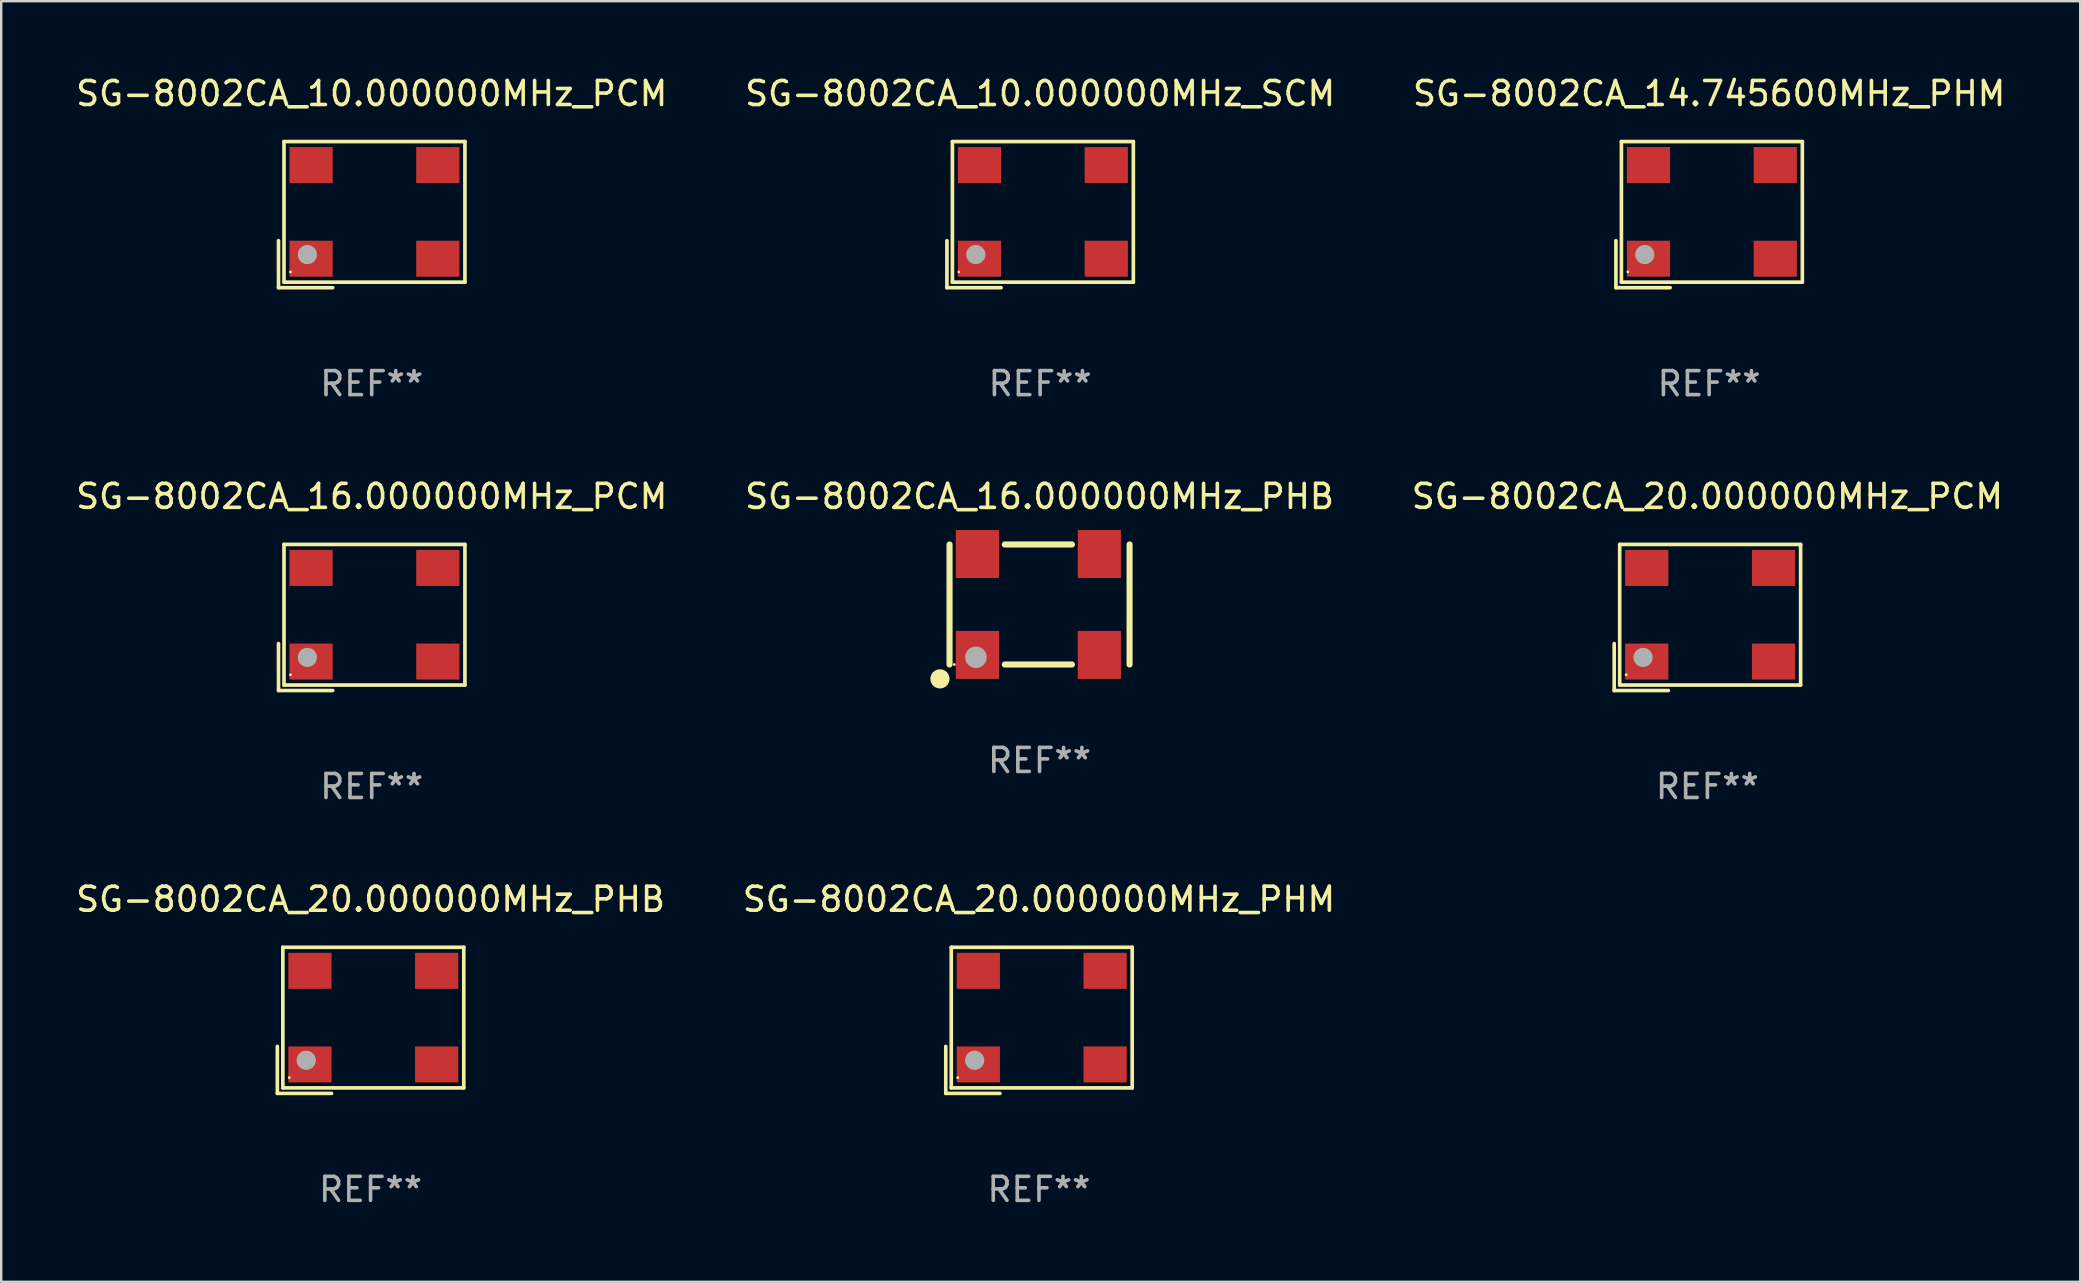
<source format=kicad_pcb>
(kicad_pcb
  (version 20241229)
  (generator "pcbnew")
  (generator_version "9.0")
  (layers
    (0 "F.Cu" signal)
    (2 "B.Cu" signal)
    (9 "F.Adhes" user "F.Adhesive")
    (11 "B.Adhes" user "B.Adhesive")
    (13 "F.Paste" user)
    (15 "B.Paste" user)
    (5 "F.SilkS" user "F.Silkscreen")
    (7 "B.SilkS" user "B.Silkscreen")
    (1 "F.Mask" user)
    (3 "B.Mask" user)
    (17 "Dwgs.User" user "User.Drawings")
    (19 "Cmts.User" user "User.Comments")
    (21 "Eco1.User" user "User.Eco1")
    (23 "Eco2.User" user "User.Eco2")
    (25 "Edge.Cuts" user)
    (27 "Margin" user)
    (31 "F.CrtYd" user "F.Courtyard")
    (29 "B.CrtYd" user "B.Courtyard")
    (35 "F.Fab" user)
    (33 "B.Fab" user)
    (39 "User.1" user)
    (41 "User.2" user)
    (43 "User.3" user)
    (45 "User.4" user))
  (footprint "SG-8002CA_16.000000MHz_PHB"
    (layer "F.Cu")
    (at 40.256 22.131)
    (property "Reference" "SG-8002CA_16.000000MHz_PHB" (at 0 -4.5 0) (layer "F.SilkS") (effects (font (size 1 1) (thickness 0.15))))
    (attr through_hole)
    (fp_line (start -3.75 -2.5) (end -3.75 2.5) (stroke (width 0.254) (type solid)) (layer "F.SilkS"))
    (fp_line (start -1.45 -2.5) (end 1.35 -2.5) (stroke (width 0.254) (type solid)) (layer "F.SilkS"))
    (fp_line (start -1.45 2.5) (end 1.35 2.5) (stroke (width 0.254) (type solid)) (layer "F.SilkS"))
    (fp_line (start 3.75 -2.5) (end 3.75 2.5) (stroke (width 0.254) (type solid)) (layer "F.SilkS"))
    (fp_circle (center -4.15 3.1) (end -3.95 3.1) (stroke (width 0.4) (type solid)) (fill no) (layer "F.SilkS"))
    (fp_circle (center -3.55 2.5) (end -3.52 2.5) (stroke (width 0.06) (type solid)) (fill no) (layer "F.SilkS"))
    (fp_circle (center -2.65 2.2) (end -2.425 2.2) (stroke (width 0.45) (type solid)) (fill no) (layer "F.Fab"))
    (fp_text user "REF**" (at 0 6.5 0) (layer "F.Fab") (effects (font (size 1 1) (thickness 0.15))))
    (pad "1" smd rect (at -2.59 2.1) (size 1.8 2) (layers "F.Cu" "F.Mask" "F.Paste"))
    (pad "2" smd rect (at 2.49 2.1) (size 1.8 2) (layers "F.Cu" "F.Mask" "F.Paste"))
    (pad "3" smd rect (at 2.49 -2.1) (size 1.8 2) (layers "F.Cu" "F.Mask" "F.Paste"))
    (pad "4" smd rect (at -2.59 -2.1) (size 1.8 2) (layers "F.Cu" "F.Mask" "F.Paste")))
  (footprint "SG-8002CA_10.000000MHz_SCM"
    (layer "F.Cu")
    (at 40.28 5.891)
    (property "Reference" "SG-8002CA_10.000000MHz_SCM" (at 0 -5.043 0) (layer "F.SilkS") (effects (font (size 1 1) (thickness 0.15))))
    (attr through_hole)
    (fp_line (start -3.883 1.086) (end -3.883 3.043) (stroke (width 0.152) (type solid)) (layer "F.SilkS"))
    (fp_line (start -3.883 3.043) (end -1.626 3.043) (stroke (width 0.152) (type solid)) (layer "F.SilkS"))
    (fp_line (start -3.654 -3.043) (end 3.883 -3.043) (stroke (width 0.152) (type solid)) (layer "F.SilkS"))
    (fp_line (start -3.654 2.814) (end -3.654 -3.043) (stroke (width 0.152) (type solid)) (layer "F.SilkS"))
    (fp_line (start 3.883 -3.043) (end 3.883 2.814) (stroke (width 0.152) (type solid)) (layer "F.SilkS"))
    (fp_line (start 3.883 2.814) (end -3.654 2.814) (stroke (width 0.152) (type solid)) (layer "F.SilkS"))
    (fp_circle (center -3.386 2.386) (end -3.356 2.386) (stroke (width 0.06) (type solid)) (fill no) (layer "F.SilkS"))
    (fp_circle (center -2.68 1.664) (end -2.48 1.664) (stroke (width 0.4) (type solid)) (fill no) (layer "F.Fab"))
    (fp_text user "REF**" (at 0 7.043 0) (layer "F.Fab") (effects (font (size 1 1) (thickness 0.15))))
    (pad "1" smd rect (at -2.526 1.836) (size 1.8 1.5) (layers "F.Cu" "F.Mask" "F.Paste"))
    (pad "2" smd rect (at 2.754 1.836) (size 1.8 1.5) (layers "F.Cu" "F.Mask" "F.Paste"))
    (pad "3" smd rect (at 2.754 -2.064) (size 1.8 1.5) (layers "F.Cu" "F.Mask" "F.Paste"))
    (pad "4" smd rect (at -2.526 -2.064) (size 1.8 1.5) (layers "F.Cu" "F.Mask" "F.Paste")))
  (footprint "SG-8002CA_10.000000MHz_PCM"
    (layer "F.Cu")
    (at 12.435 5.891)
    (property "Reference" "SG-8002CA_10.000000MHz_PCM" (at 0 -5.043 0) (layer "F.SilkS") (effects (font (size 1 1) (thickness 0.15))))
    (attr through_hole)
    (fp_line (start -3.883 1.086) (end -3.883 3.043) (stroke (width 0.152) (type solid)) (layer "F.SilkS"))
    (fp_line (start -3.883 3.043) (end -1.626 3.043) (stroke (width 0.152) (type solid)) (layer "F.SilkS"))
    (fp_line (start -3.654 -3.043) (end 3.883 -3.043) (stroke (width 0.152) (type solid)) (layer "F.SilkS"))
    (fp_line (start -3.654 2.814) (end -3.654 -3.043) (stroke (width 0.152) (type solid)) (layer "F.SilkS"))
    (fp_line (start 3.883 -3.043) (end 3.883 2.814) (stroke (width 0.152) (type solid)) (layer "F.SilkS"))
    (fp_line (start 3.883 2.814) (end -3.654 2.814) (stroke (width 0.152) (type solid)) (layer "F.SilkS"))
    (fp_circle (center -3.386 2.386) (end -3.356 2.386) (stroke (width 0.06) (type solid)) (fill no) (layer "F.SilkS"))
    (fp_circle (center -2.68 1.664) (end -2.48 1.664) (stroke (width 0.4) (type solid)) (fill no) (layer "F.Fab"))
    (fp_text user "REF**" (at 0 7.043 0) (layer "F.Fab") (effects (font (size 1 1) (thickness 0.15))))
    (pad "1" smd rect (at -2.526 1.836) (size 1.8 1.5) (layers "F.Cu" "F.Mask" "F.Paste"))
    (pad "2" smd rect (at 2.754 1.836) (size 1.8 1.5) (layers "F.Cu" "F.Mask" "F.Paste"))
    (pad "3" smd rect (at 2.754 -2.064) (size 1.8 1.5) (layers "F.Cu" "F.Mask" "F.Paste"))
    (pad "4" smd rect (at -2.526 -2.064) (size 1.8 1.5) (layers "F.Cu" "F.Mask" "F.Paste")))
  (footprint "SG-8002CA_16.000000MHz_PCM"
    (layer "F.Cu")
    (at 12.435 22.673)
    (property "Reference" "SG-8002CA_16.000000MHz_PCM" (at 0 -5.043 0) (layer "F.SilkS") (effects (font (size 1 1) (thickness 0.15))))
    (attr through_hole)
    (fp_line (start -3.883 1.086) (end -3.883 3.043) (stroke (width 0.152) (type solid)) (layer "F.SilkS"))
    (fp_line (start -3.883 3.043) (end -1.626 3.043) (stroke (width 0.152) (type solid)) (layer "F.SilkS"))
    (fp_line (start -3.654 -3.043) (end 3.883 -3.043) (stroke (width 0.152) (type solid)) (layer "F.SilkS"))
    (fp_line (start -3.654 2.814) (end -3.654 -3.043) (stroke (width 0.152) (type solid)) (layer "F.SilkS"))
    (fp_line (start 3.883 -3.043) (end 3.883 2.814) (stroke (width 0.152) (type solid)) (layer "F.SilkS"))
    (fp_line (start 3.883 2.814) (end -3.654 2.814) (stroke (width 0.152) (type solid)) (layer "F.SilkS"))
    (fp_circle (center -3.386 2.386) (end -3.356 2.386) (stroke (width 0.06) (type solid)) (fill no) (layer "F.SilkS"))
    (fp_circle (center -2.68 1.664) (end -2.48 1.664) (stroke (width 0.4) (type solid)) (fill no) (layer "F.Fab"))
    (fp_text user "REF**" (at 0 7.043 0) (layer "F.Fab") (effects (font (size 1 1) (thickness 0.15))))
    (pad "1" smd rect (at -2.526 1.836) (size 1.8 1.5) (layers "F.Cu" "F.Mask" "F.Paste"))
    (pad "2" smd rect (at 2.754 1.836) (size 1.8 1.5) (layers "F.Cu" "F.Mask" "F.Paste"))
    (pad "3" smd rect (at 2.754 -2.064) (size 1.8 1.5) (layers "F.Cu" "F.Mask" "F.Paste"))
    (pad "4" smd rect (at -2.526 -2.064) (size 1.8 1.5) (layers "F.Cu" "F.Mask" "F.Paste")))
  (footprint "SG-8002CA_20.000000MHz_PCM"
    (layer "F.Cu")
    (at 68.077 22.673)
    (property "Reference" "SG-8002CA_20.000000MHz_PCM" (at 0 -5.043 0) (layer "F.SilkS") (effects (font (size 1 1) (thickness 0.15))))
    (attr through_hole)
    (fp_line (start -3.883 1.086) (end -3.883 3.043) (stroke (width 0.152) (type solid)) (layer "F.SilkS"))
    (fp_line (start -3.883 3.043) (end -1.626 3.043) (stroke (width 0.152) (type solid)) (layer "F.SilkS"))
    (fp_line (start -3.654 -3.043) (end 3.883 -3.043) (stroke (width 0.152) (type solid)) (layer "F.SilkS"))
    (fp_line (start -3.654 2.814) (end -3.654 -3.043) (stroke (width 0.152) (type solid)) (layer "F.SilkS"))
    (fp_line (start 3.883 -3.043) (end 3.883 2.814) (stroke (width 0.152) (type solid)) (layer "F.SilkS"))
    (fp_line (start 3.883 2.814) (end -3.654 2.814) (stroke (width 0.152) (type solid)) (layer "F.SilkS"))
    (fp_circle (center -3.386 2.386) (end -3.356 2.386) (stroke (width 0.06) (type solid)) (fill no) (layer "F.SilkS"))
    (fp_circle (center -2.68 1.664) (end -2.48 1.664) (stroke (width 0.4) (type solid)) (fill no) (layer "F.Fab"))
    (fp_text user "REF**" (at 0 7.043 0) (layer "F.Fab") (effects (font (size 1 1) (thickness 0.15))))
    (pad "1" smd rect (at -2.526 1.836) (size 1.8 1.5) (layers "F.Cu" "F.Mask" "F.Paste"))
    (pad "2" smd rect (at 2.754 1.836) (size 1.8 1.5) (layers "F.Cu" "F.Mask" "F.Paste"))
    (pad "3" smd rect (at 2.754 -2.064) (size 1.8 1.5) (layers "F.Cu" "F.Mask" "F.Paste"))
    (pad "4" smd rect (at -2.526 -2.064) (size 1.8 1.5) (layers "F.Cu" "F.Mask" "F.Paste")))
  (footprint "SG-8002CA_20.000000MHz_PHB"
    (layer "F.Cu")
    (at 12.387 39.456)
    (property "Reference" "SG-8002CA_20.000000MHz_PHB" (at 0 -5.043 0) (layer "F.SilkS") (effects (font (size 1 1) (thickness 0.15))))
    (attr through_hole)
    (fp_line (start -3.883 1.086) (end -3.883 3.043) (stroke (width 0.152) (type solid)) (layer "F.SilkS"))
    (fp_line (start -3.883 3.043) (end -1.626 3.043) (stroke (width 0.152) (type solid)) (layer "F.SilkS"))
    (fp_line (start -3.654 -3.043) (end 3.883 -3.043) (stroke (width 0.152) (type solid)) (layer "F.SilkS"))
    (fp_line (start -3.654 2.814) (end -3.654 -3.043) (stroke (width 0.152) (type solid)) (layer "F.SilkS"))
    (fp_line (start 3.883 -3.043) (end 3.883 2.814) (stroke (width 0.152) (type solid)) (layer "F.SilkS"))
    (fp_line (start 3.883 2.814) (end -3.654 2.814) (stroke (width 0.152) (type solid)) (layer "F.SilkS"))
    (fp_circle (center -3.386 2.386) (end -3.356 2.386) (stroke (width 0.06) (type solid)) (fill no) (layer "F.SilkS"))
    (fp_circle (center -2.68 1.664) (end -2.48 1.664) (stroke (width 0.4) (type solid)) (fill no) (layer "F.Fab"))
    (fp_text user "REF**" (at 0 7.043 0) (layer "F.Fab") (effects (font (size 1 1) (thickness 0.15))))
    (pad "1" smd rect (at -2.526 1.836) (size 1.8 1.5) (layers "F.Cu" "F.Mask" "F.Paste"))
    (pad "2" smd rect (at 2.754 1.836) (size 1.8 1.5) (layers "F.Cu" "F.Mask" "F.Paste"))
    (pad "3" smd rect (at 2.754 -2.064) (size 1.8 1.5) (layers "F.Cu" "F.Mask" "F.Paste"))
    (pad "4" smd rect (at -2.526 -2.064) (size 1.8 1.5) (layers "F.Cu" "F.Mask" "F.Paste")))
  (footprint "SG-8002CA_14.745600MHz_PHM"
    (layer "F.Cu")
    (at 68.149 5.891)
    (property "Reference" "SG-8002CA_14.745600MHz_PHM" (at 0 -5.043 0) (layer "F.SilkS") (effects (font (size 1 1) (thickness 0.15))))
    (attr through_hole)
    (fp_line (start -3.883 1.086) (end -3.883 3.043) (stroke (width 0.152) (type solid)) (layer "F.SilkS"))
    (fp_line (start -3.883 3.043) (end -1.626 3.043) (stroke (width 0.152) (type solid)) (layer "F.SilkS"))
    (fp_line (start -3.654 -3.043) (end 3.883 -3.043) (stroke (width 0.152) (type solid)) (layer "F.SilkS"))
    (fp_line (start -3.654 2.814) (end -3.654 -3.043) (stroke (width 0.152) (type solid)) (layer "F.SilkS"))
    (fp_line (start 3.883 -3.043) (end 3.883 2.814) (stroke (width 0.152) (type solid)) (layer "F.SilkS"))
    (fp_line (start 3.883 2.814) (end -3.654 2.814) (stroke (width 0.152) (type solid)) (layer "F.SilkS"))
    (fp_circle (center -3.386 2.386) (end -3.356 2.386) (stroke (width 0.06) (type solid)) (fill no) (layer "F.SilkS"))
    (fp_circle (center -2.68 1.664) (end -2.48 1.664) (stroke (width 0.4) (type solid)) (fill no) (layer "F.Fab"))
    (fp_text user "REF**" (at 0 7.043 0) (layer "F.Fab") (effects (font (size 1 1) (thickness 0.15))))
    (pad "1" smd rect (at -2.526 1.836) (size 1.8 1.5) (layers "F.Cu" "F.Mask" "F.Paste"))
    (pad "2" smd rect (at 2.754 1.836) (size 1.8 1.5) (layers "F.Cu" "F.Mask" "F.Paste"))
    (pad "3" smd rect (at 2.754 -2.064) (size 1.8 1.5) (layers "F.Cu" "F.Mask" "F.Paste"))
    (pad "4" smd rect (at -2.526 -2.064) (size 1.8 1.5) (layers "F.Cu" "F.Mask" "F.Paste")))
  (footprint "SG-8002CA_20.000000MHz_PHM"
    (layer "F.Cu")
    (at 40.232 39.456)
    (property "Reference" "SG-8002CA_20.000000MHz_PHM" (at 0 -5.043 0) (layer "F.SilkS") (effects (font (size 1 1) (thickness 0.15))))
    (attr through_hole)
    (fp_line (start -3.883 1.086) (end -3.883 3.043) (stroke (width 0.152) (type solid)) (layer "F.SilkS"))
    (fp_line (start -3.883 3.043) (end -1.626 3.043) (stroke (width 0.152) (type solid)) (layer "F.SilkS"))
    (fp_line (start -3.654 -3.043) (end 3.883 -3.043) (stroke (width 0.152) (type solid)) (layer "F.SilkS"))
    (fp_line (start -3.654 2.814) (end -3.654 -3.043) (stroke (width 0.152) (type solid)) (layer "F.SilkS"))
    (fp_line (start 3.883 -3.043) (end 3.883 2.814) (stroke (width 0.152) (type solid)) (layer "F.SilkS"))
    (fp_line (start 3.883 2.814) (end -3.654 2.814) (stroke (width 0.152) (type solid)) (layer "F.SilkS"))
    (fp_circle (center -3.386 2.386) (end -3.356 2.386) (stroke (width 0.06) (type solid)) (fill no) (layer "F.SilkS"))
    (fp_circle (center -2.68 1.664) (end -2.48 1.664) (stroke (width 0.4) (type solid)) (fill no) (layer "F.Fab"))
    (fp_text user "REF**" (at 0 7.043 0) (layer "F.Fab") (effects (font (size 1 1) (thickness 0.15))))
    (pad "1" smd rect (at -2.526 1.836) (size 1.8 1.5) (layers "F.Cu" "F.Mask" "F.Paste"))
    (pad "2" smd rect (at 2.754 1.836) (size 1.8 1.5) (layers "F.Cu" "F.Mask" "F.Paste"))
    (pad "3" smd rect (at 2.754 -2.064) (size 1.8 1.5) (layers "F.Cu" "F.Mask" "F.Paste"))
    (pad "4" smd rect (at -2.526 -2.064) (size 1.8 1.5) (layers "F.Cu" "F.Mask" "F.Paste")))
  (gr_rect
    (start -3 -3)
    (end 83.607 50.347)
    (stroke (width 0.1) (type default))
    (fill no)
    (layer "Edge.Cuts")))
</source>
